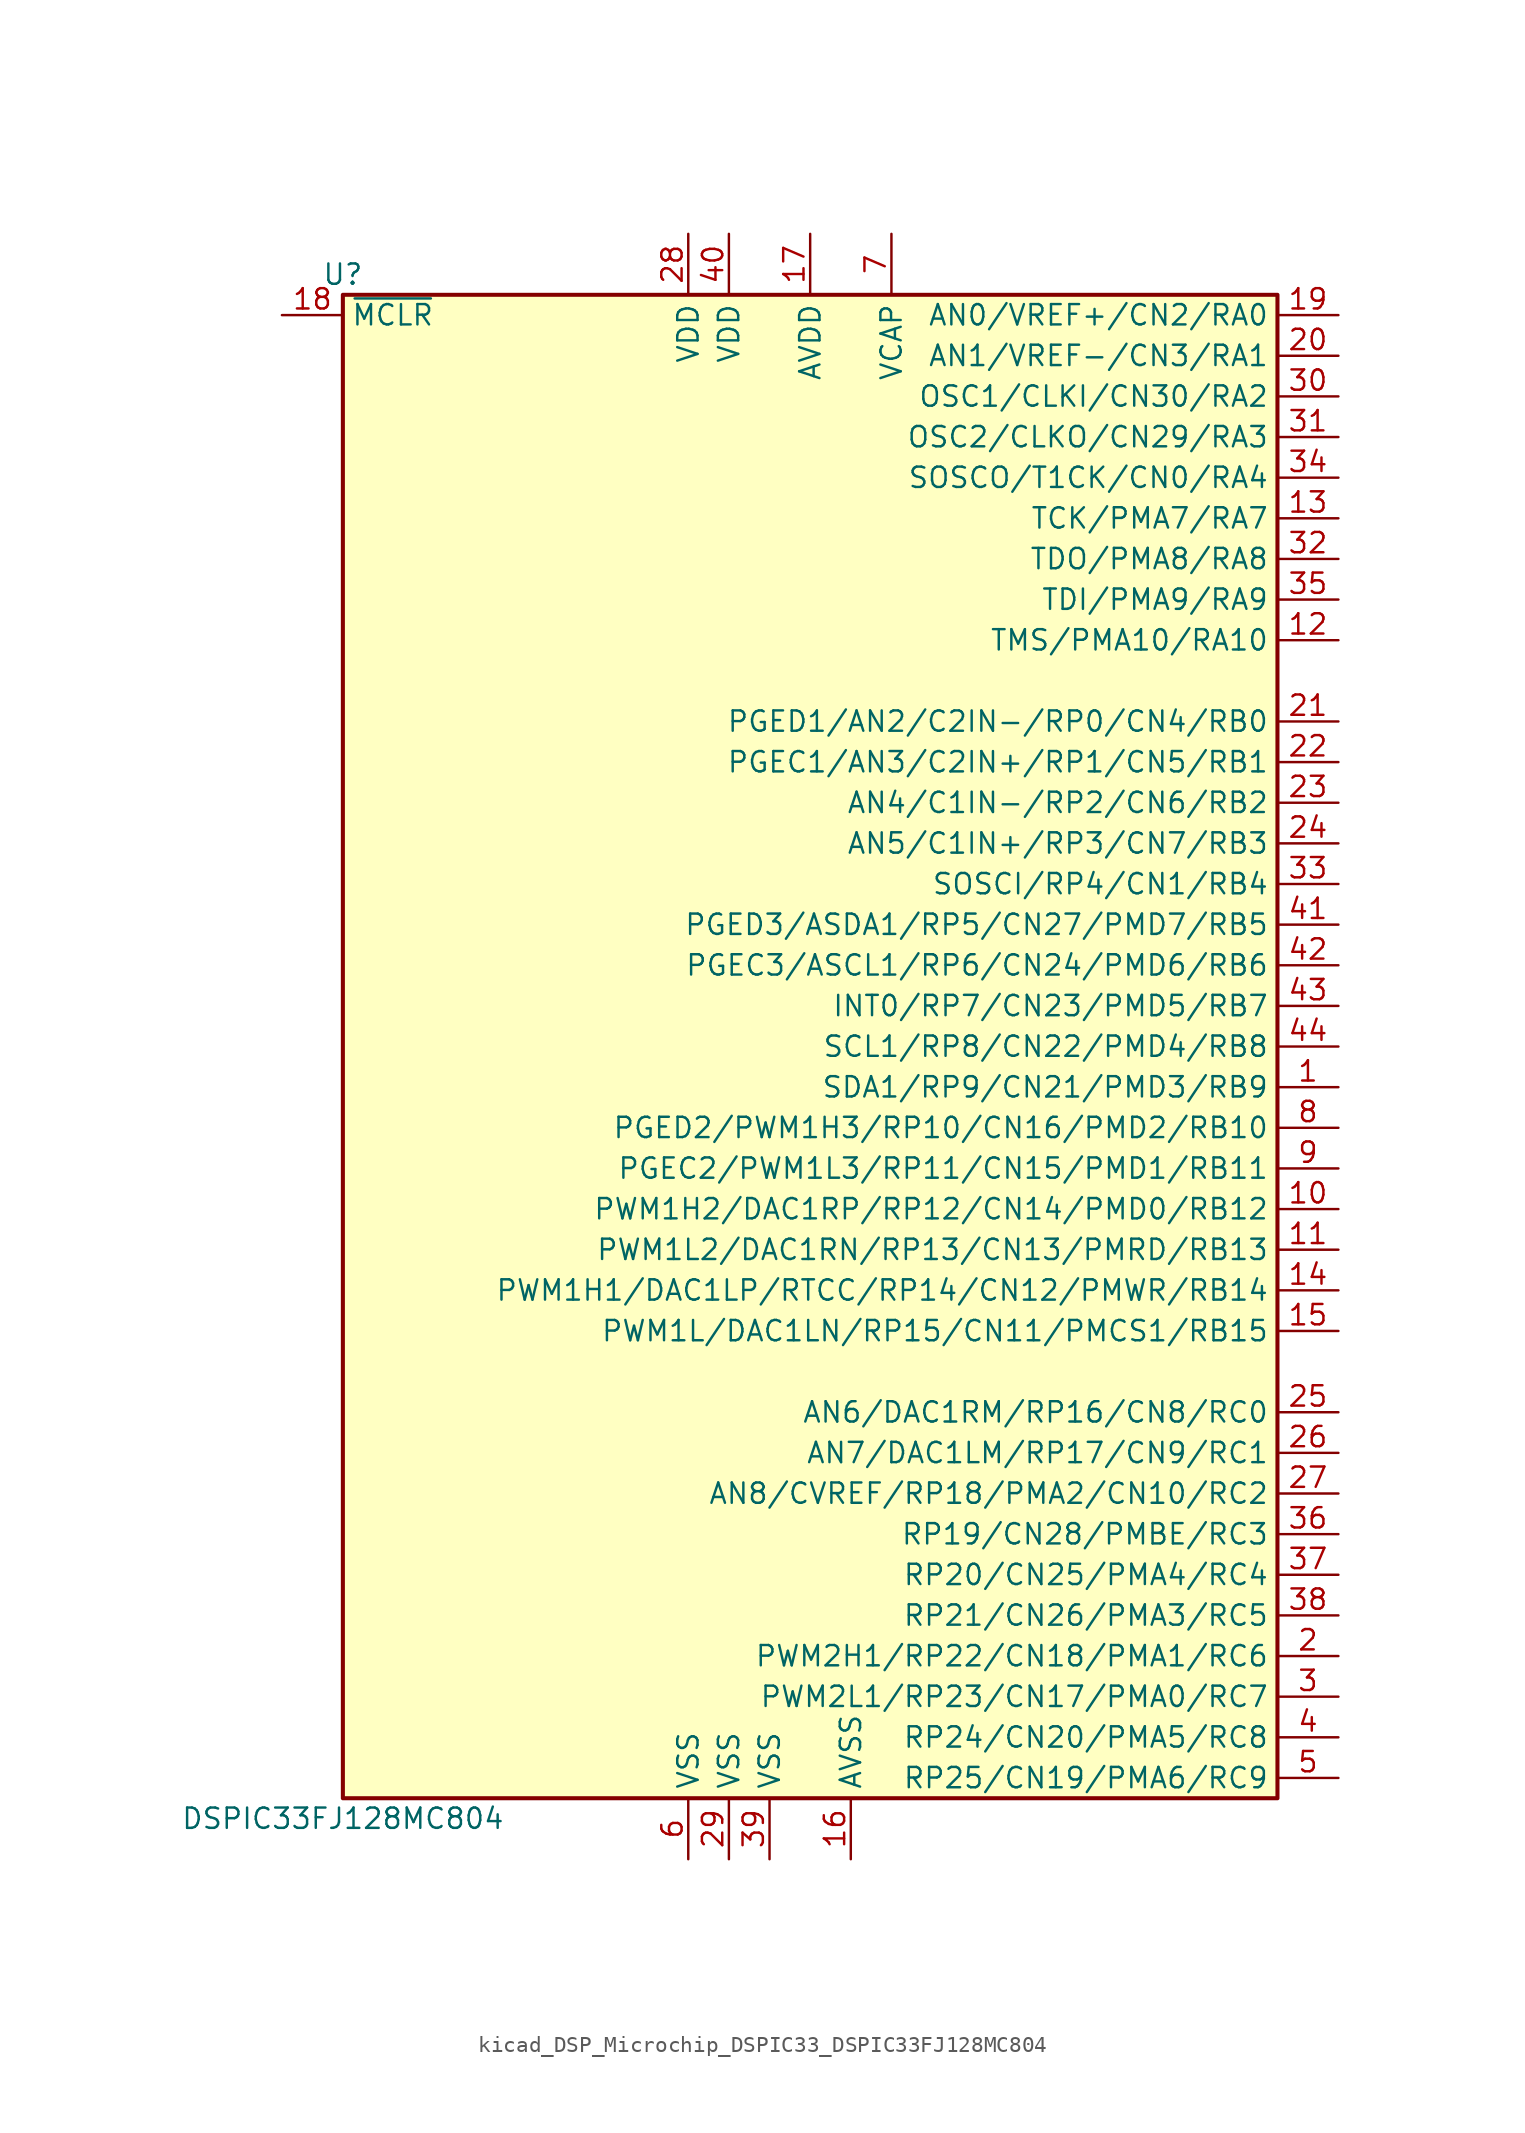
<source format=kicad_sym>
(kicad_symbol_lib
  (version 20220914)
  (generator kicad_symbol_editor)
  (symbol "kicad_DSP_Microchip_DSPIC33_DSPIC33FJ128MC804"
    (property "Reference" "U"
      (at -29.21 48.26 0)
      (effects (font (size 1.27 1.27))))
    (property "Value" "DSPIC33FJ128MC804"
      (at -29.21 -48.26 0)
      (effects (font (size 1.27 1.27))))
    (symbol "kicad_DSP_Microchip_DSPIC33_DSPIC33FJ128MC804_1_1"
      (rectangle (start -29.21 46.99) (end 29.21 -46.99) (stroke (width 0.254) (type default)) (fill (type background)))
      (pin bidirectional line (at 33.02 -2.54 180) (length 3.81) (name "SDA1/RP9/CN21/PMD3/RB9" (effects (font (size 1.27 1.27)))) (number "1" (effects (font (size 1.27 1.27)))))
      (pin bidirectional line (at 33.02 -10.16 180) (length 3.81) (name "PWM1H2/DAC1RP/RP12/CN14/PMD0/RB12" (effects (font (size 1.27 1.27)))) (number "10" (effects (font (size 1.27 1.27)))))
      (pin bidirectional line (at 33.02 -12.7 180) (length 3.81) (name "PWM1L2/DAC1RN/RP13/CN13/PMRD/RB13" (effects (font (size 1.27 1.27)))) (number "11" (effects (font (size 1.27 1.27)))))
      (pin bidirectional line (at 33.02 25.4 180) (length 3.81) (name "TMS/PMA10/RA10" (effects (font (size 1.27 1.27)))) (number "12" (effects (font (size 1.27 1.27)))))
      (pin bidirectional line (at 33.02 33.02 180) (length 3.81) (name "TCK/PMA7/RA7" (effects (font (size 1.27 1.27)))) (number "13" (effects (font (size 1.27 1.27)))))
      (pin bidirectional line (at 33.02 -15.24 180) (length 3.81) (name "PWM1H1/DAC1LP/RTCC/RP14/CN12/PMWR/RB14" (effects (font (size 1.27 1.27)))) (number "14" (effects (font (size 1.27 1.27)))))
      (pin bidirectional line (at 33.02 -17.78 180) (length 3.81) (name "PWM1L/DAC1LN/RP15/CN11/PMCS1/RB15" (effects (font (size 1.27 1.27)))) (number "15" (effects (font (size 1.27 1.27)))))
      (pin power_in line (at 2.54 -50.8 90) (length 3.81) (name "AVSS" (effects (font (size 1.27 1.27)))) (number "16" (effects (font (size 1.27 1.27)))))
      (pin power_in line (at 0 50.8 270) (length 3.81) (name "AVDD" (effects (font (size 1.27 1.27)))) (number "17" (effects (font (size 1.27 1.27)))))
      (pin input line (at -33.02 45.72 0) (length 3.81) (name "~{MCLR}" (effects (font (size 1.27 1.27)))) (number "18" (effects (font (size 1.27 1.27)))))
      (pin bidirectional line (at 33.02 45.72 180) (length 3.81) (name "AN0/VREF+/CN2/RA0" (effects (font (size 1.27 1.27)))) (number "19" (effects (font (size 1.27 1.27)))))
      (pin bidirectional line (at 33.02 -38.1 180) (length 3.81) (name "PWM2H1/RP22/CN18/PMA1/RC6" (effects (font (size 1.27 1.27)))) (number "2" (effects (font (size 1.27 1.27)))))
      (pin bidirectional line (at 33.02 43.18 180) (length 3.81) (name "AN1/VREF-/CN3/RA1" (effects (font (size 1.27 1.27)))) (number "20" (effects (font (size 1.27 1.27)))))
      (pin bidirectional line (at 33.02 20.32 180) (length 3.81) (name "PGED1/AN2/C2IN-/RP0/CN4/RB0" (effects (font (size 1.27 1.27)))) (number "21" (effects (font (size 1.27 1.27)))))
      (pin bidirectional line (at 33.02 17.78 180) (length 3.81) (name "PGEC1/AN3/C2IN+/RP1/CN5/RB1" (effects (font (size 1.27 1.27)))) (number "22" (effects (font (size 1.27 1.27)))))
      (pin bidirectional line (at 33.02 15.24 180) (length 3.81) (name "AN4/C1IN-/RP2/CN6/RB2" (effects (font (size 1.27 1.27)))) (number "23" (effects (font (size 1.27 1.27)))))
      (pin bidirectional line (at 33.02 12.7 180) (length 3.81) (name "AN5/C1IN+/RP3/CN7/RB3" (effects (font (size 1.27 1.27)))) (number "24" (effects (font (size 1.27 1.27)))))
      (pin bidirectional line (at 33.02 -22.86 180) (length 3.81) (name "AN6/DAC1RM/RP16/CN8/RC0" (effects (font (size 1.27 1.27)))) (number "25" (effects (font (size 1.27 1.27)))))
      (pin bidirectional line (at 33.02 -25.4 180) (length 3.81) (name "AN7/DAC1LM/RP17/CN9/RC1" (effects (font (size 1.27 1.27)))) (number "26" (effects (font (size 1.27 1.27)))))
      (pin bidirectional line (at 33.02 -27.94 180) (length 3.81) (name "AN8/CVREF/RP18/PMA2/CN10/RC2" (effects (font (size 1.27 1.27)))) (number "27" (effects (font (size 1.27 1.27)))))
      (pin power_in line (at -7.62 50.8 270) (length 3.81) (name "VDD" (effects (font (size 1.27 1.27)))) (number "28" (effects (font (size 1.27 1.27)))))
      (pin power_in line (at -5.08 -50.8 90) (length 3.81) (name "VSS" (effects (font (size 1.27 1.27)))) (number "29" (effects (font (size 1.27 1.27)))))
      (pin bidirectional line (at 33.02 -40.64 180) (length 3.81) (name "PWM2L1/RP23/CN17/PMA0/RC7" (effects (font (size 1.27 1.27)))) (number "3" (effects (font (size 1.27 1.27)))))
      (pin input line (at 33.02 40.64 180) (length 3.81) (name "OSC1/CLKI/CN30/RA2" (effects (font (size 1.27 1.27)))) (number "30" (effects (font (size 1.27 1.27)))))
      (pin input line (at 33.02 38.1 180) (length 3.81) (name "OSC2/CLKO/CN29/RA3" (effects (font (size 1.27 1.27)))) (number "31" (effects (font (size 1.27 1.27)))))
      (pin input line (at 33.02 30.48 180) (length 3.81) (name "TDO/PMA8/RA8" (effects (font (size 1.27 1.27)))) (number "32" (effects (font (size 1.27 1.27)))))
      (pin input line (at 33.02 10.16 180) (length 3.81) (name "SOSCI/RP4/CN1/RB4" (effects (font (size 1.27 1.27)))) (number "33" (effects (font (size 1.27 1.27)))))
      (pin input line (at 33.02 35.56 180) (length 3.81) (name "SOSCO/T1CK/CN0/RA4" (effects (font (size 1.27 1.27)))) (number "34" (effects (font (size 1.27 1.27)))))
      (pin input line (at 33.02 27.94 180) (length 3.81) (name "TDI/PMA9/RA9" (effects (font (size 1.27 1.27)))) (number "35" (effects (font (size 1.27 1.27)))))
      (pin input line (at 33.02 -30.48 180) (length 3.81) (name "RP19/CN28/PMBE/RC3" (effects (font (size 1.27 1.27)))) (number "36" (effects (font (size 1.27 1.27)))))
      (pin input line (at 33.02 -33.02 180) (length 3.81) (name "RP20/CN25/PMA4/RC4" (effects (font (size 1.27 1.27)))) (number "37" (effects (font (size 1.27 1.27)))))
      (pin input line (at 33.02 -35.56 180) (length 3.81) (name "RP21/CN26/PMA3/RC5" (effects (font (size 1.27 1.27)))) (number "38" (effects (font (size 1.27 1.27)))))
      (pin power_in line (at -2.54 -50.8 90) (length 3.81) (name "VSS" (effects (font (size 1.27 1.27)))) (number "39" (effects (font (size 1.27 1.27)))))
      (pin bidirectional line (at 33.02 -43.18 180) (length 3.81) (name "RP24/CN20/PMA5/RC8" (effects (font (size 1.27 1.27)))) (number "4" (effects (font (size 1.27 1.27)))))
      (pin power_in line (at -5.08 50.8 270) (length 3.81) (name "VDD" (effects (font (size 1.27 1.27)))) (number "40" (effects (font (size 1.27 1.27)))))
      (pin input line (at 33.02 7.62 180) (length 3.81) (name "PGED3/ASDA1/RP5/CN27/PMD7/RB5" (effects (font (size 1.27 1.27)))) (number "41" (effects (font (size 1.27 1.27)))))
      (pin input line (at 33.02 5.08 180) (length 3.81) (name "PGEC3/ASCL1/RP6/CN24/PMD6/RB6" (effects (font (size 1.27 1.27)))) (number "42" (effects (font (size 1.27 1.27)))))
      (pin input line (at 33.02 2.54 180) (length 3.81) (name "INT0/RP7/CN23/PMD5/RB7" (effects (font (size 1.27 1.27)))) (number "43" (effects (font (size 1.27 1.27)))))
      (pin input line (at 33.02 0 180) (length 3.81) (name "SCL1/RP8/CN22/PMD4/RB8" (effects (font (size 1.27 1.27)))) (number "44" (effects (font (size 1.27 1.27)))))
      (pin bidirectional line (at 33.02 -45.72 180) (length 3.81) (name "RP25/CN19/PMA6/RC9" (effects (font (size 1.27 1.27)))) (number "5" (effects (font (size 1.27 1.27)))))
      (pin power_in line (at -7.62 -50.8 90) (length 3.81) (name "VSS" (effects (font (size 1.27 1.27)))) (number "6" (effects (font (size 1.27 1.27)))))
      (pin power_in line (at 5.08 50.8 270) (length 3.81) (name "VCAP" (effects (font (size 1.27 1.27)))) (number "7" (effects (font (size 1.27 1.27)))))
      (pin bidirectional line (at 33.02 -5.08 180) (length 3.81) (name "PGED2/PWM1H3/RP10/CN16/PMD2/RB10" (effects (font (size 1.27 1.27)))) (number "8" (effects (font (size 1.27 1.27)))))
      (pin bidirectional line (at 33.02 -7.62 180) (length 3.81) (name "PGEC2/PWM1L3/RP11/CN15/PMD1/RB11" (effects (font (size 1.27 1.27)))) (number "9" (effects (font (size 1.27 1.27))))))))
</source>
